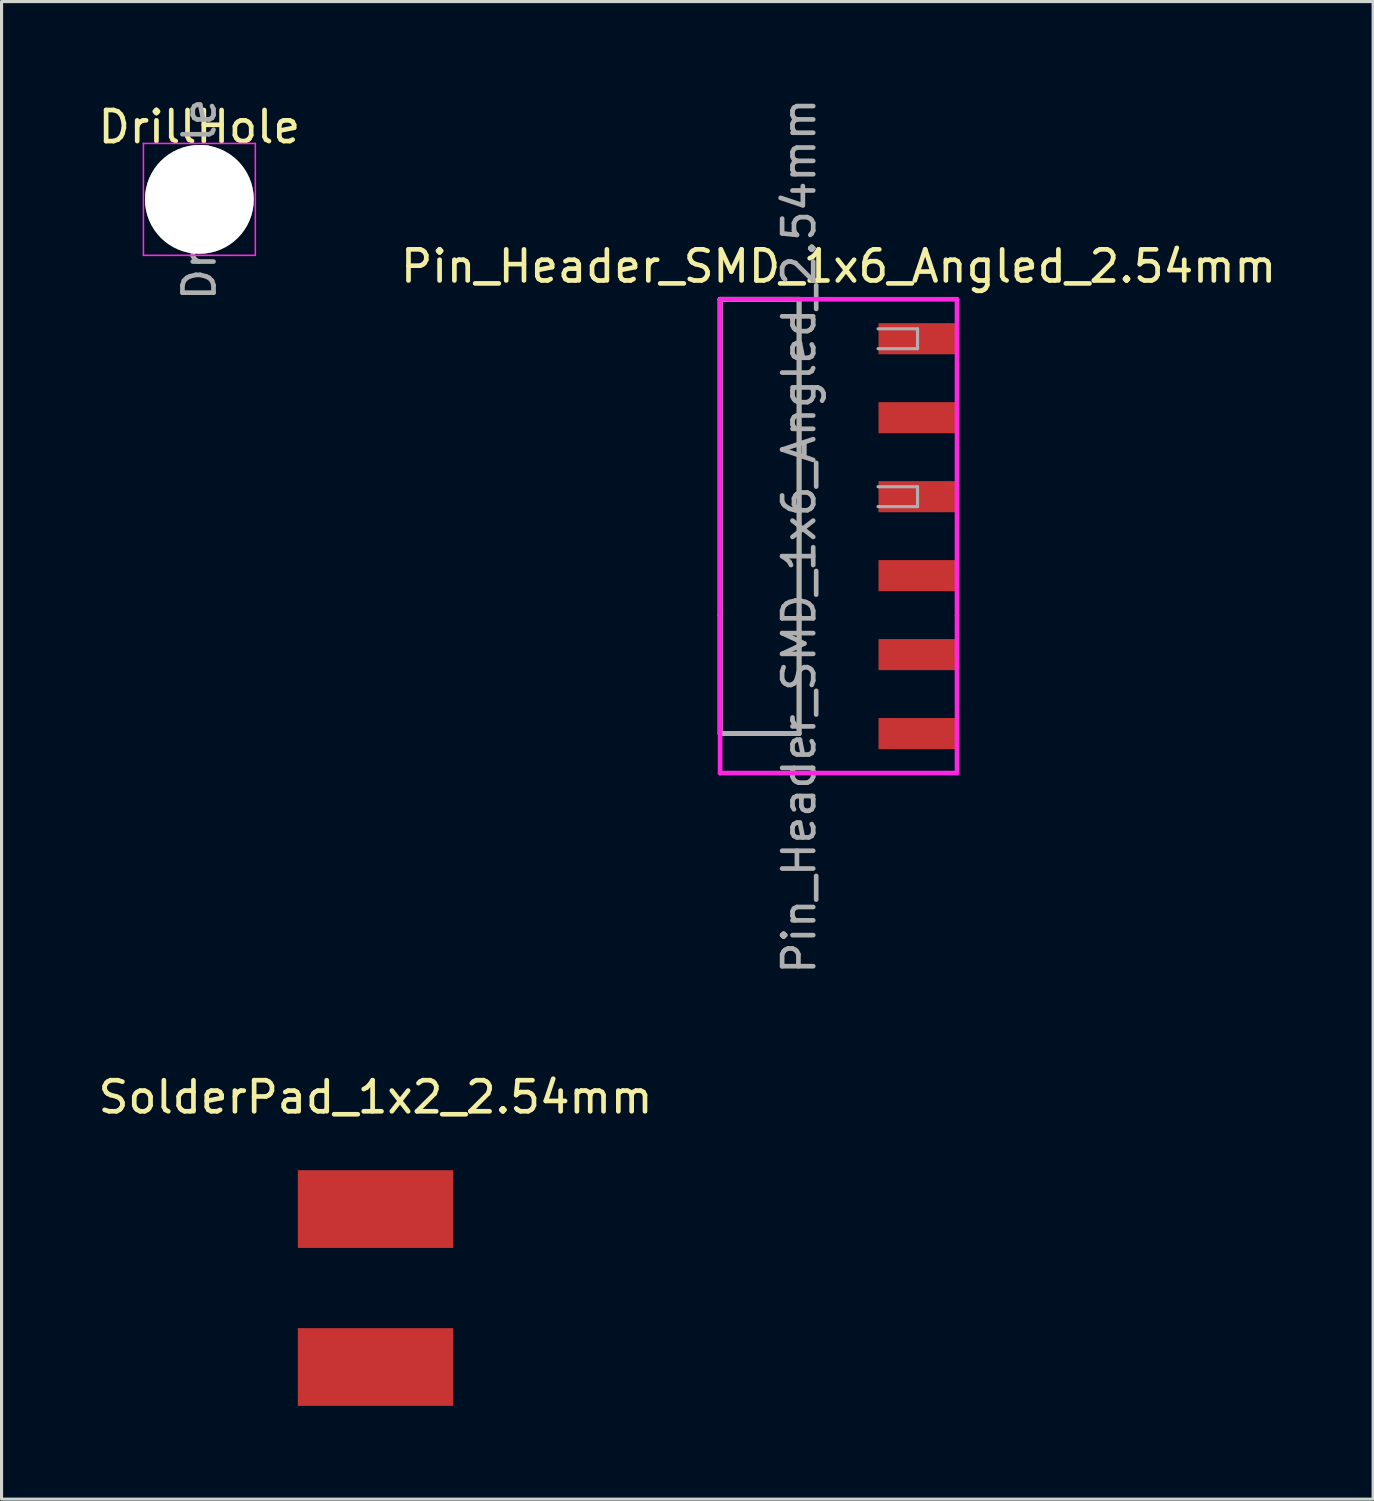
<source format=kicad_pcb>
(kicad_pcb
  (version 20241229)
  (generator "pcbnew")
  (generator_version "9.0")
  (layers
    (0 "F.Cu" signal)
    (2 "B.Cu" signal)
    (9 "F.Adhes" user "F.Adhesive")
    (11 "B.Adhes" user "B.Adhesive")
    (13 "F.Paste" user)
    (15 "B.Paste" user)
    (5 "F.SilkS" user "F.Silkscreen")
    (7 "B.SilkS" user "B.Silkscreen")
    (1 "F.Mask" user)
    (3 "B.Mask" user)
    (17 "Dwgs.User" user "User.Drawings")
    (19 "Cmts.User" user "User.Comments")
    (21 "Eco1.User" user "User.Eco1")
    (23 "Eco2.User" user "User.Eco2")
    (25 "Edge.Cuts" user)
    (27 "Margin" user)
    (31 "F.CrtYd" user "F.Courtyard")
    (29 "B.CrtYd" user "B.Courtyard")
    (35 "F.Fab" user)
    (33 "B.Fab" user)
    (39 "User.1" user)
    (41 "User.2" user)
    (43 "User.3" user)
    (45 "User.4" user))
  (footprint "DrillHole"
    (layer "F.Cu")
    (at 3.363 3.363)
    (property "Reference" "DrillHole" (at 0 -2.33 0) (layer "F.SilkS") (effects (font (size 1 1) (thickness 0.15))))
    (attr through_hole)
    (fp_line (start -1.8 -1.8) (end -1.8 1.8) (stroke (width 0.05) (type solid)) (layer "F.CrtYd"))
    (fp_line (start -1.8 1.8) (end 1.8 1.8) (stroke (width 0.05) (type solid)) (layer "F.CrtYd"))
    (fp_line (start 1.8 -1.8) (end -1.8 -1.8) (stroke (width 0.05) (type solid)) (layer "F.CrtYd"))
    (fp_line (start 1.8 1.8) (end 1.8 -1.8) (stroke (width 0.05) (type solid)) (layer "F.CrtYd"))
    (fp_text user "${REFERENCE}" (at 0 0 90) (layer "F.Fab") (effects (font (size 1 1) (thickness 0.15))))
    (pad "1" thru_hole circle (at 0 0) (size 3.5 3.5) (drill 3.5) (layers "*.Cu" "*.Mask")))
  (footprint "SolderPad_1x2_2.54mm"
    (layer "F.Cu")
    (at 9.03 38.381)
    (property "Reference" "SolderPad_1x2_2.54mm" (at 0 -6.14 0) (layer "F.SilkS") (effects (font (size 1 1) (thickness 0.15))))
    (attr smd)
    (pad "1" smd rect (at 0 -2.54) (size 5 2.5) (layers "F.Cu" "F.Mask" "F.Paste"))
    (pad "2" smd rect (at 0 2.54) (size 5 2.5) (layers "F.Cu" "F.Mask" "F.Paste")))
  (footprint "Pin_Header_SMD_1x6_Angled_2.54mm"
    (layer "F.Cu")
    (at 23.923 11.656)
    (property "Reference" "Pin_Header_SMD_1x6_Angled_2.54mm" (at 0 -6.14 0) (layer "F.SilkS") (effects (font (size 1 1) (thickness 0.15))))
    (attr smd)
    (fp_line (start -3.81 -5.08) (end -3.81 5.08) (stroke (width 0.15) (type solid)) (layer "F.SilkS"))
    (fp_line (start -3.81 5.08) (end -3.81 8.89) (stroke (width 0.15) (type solid)) (layer "F.SilkS"))
    (fp_line (start -3.81 8.89) (end -1.27 8.89) (stroke (width 0.15) (type solid)) (layer "F.SilkS"))
    (fp_line (start -1.27 -5.08) (end -3.81 -5.08) (stroke (width 0.15) (type solid)) (layer "F.SilkS"))
    (fp_line (start -1.27 5.08) (end -1.27 -5.08) (stroke (width 0.15) (type solid)) (layer "F.SilkS"))
    (fp_line (start -1.27 8.89) (end -1.27 5.08) (stroke (width 0.15) (type solid)) (layer "F.SilkS"))
    (fp_line (start -3.81 -5.08) (end 3.81 -5.08) (stroke (width 0.15) (type solid)) (layer "F.CrtYd"))
    (fp_line (start -3.81 5.08) (end -3.81 -5.08) (stroke (width 0.15) (type solid)) (layer "F.CrtYd"))
    (fp_line (start -3.81 10.16) (end -3.81 5.08) (stroke (width 0.15) (type solid)) (layer "F.CrtYd"))
    (fp_line (start 3.81 -5.08) (end 3.81 5.08) (stroke (width 0.15) (type solid)) (layer "F.CrtYd"))
    (fp_line (start 3.81 5.08) (end 3.81 10.16) (stroke (width 0.15) (type solid)) (layer "F.CrtYd"))
    (fp_line (start 3.81 10.16) (end -3.81 10.16) (stroke (width 0.15) (type solid)) (layer "F.CrtYd"))
    (fp_line (start -3.81 -5.08) (end -3.81 5.08) (stroke (width 0.15) (type solid)) (layer "F.Fab"))
    (fp_line (start -3.81 5.08) (end -3.81 8.89) (stroke (width 0.15) (type solid)) (layer "F.Fab"))
    (fp_line (start -3.81 8.89) (end -1.27 8.89) (stroke (width 0.15) (type solid)) (layer "F.Fab"))
    (fp_line (start -1.27 -5.08) (end -3.81 -5.08) (stroke (width 0.15) (type solid)) (layer "F.Fab"))
    (fp_line (start -1.27 5.08) (end -1.27 -5.08) (stroke (width 0.15) (type solid)) (layer "F.Fab"))
    (fp_line (start -1.27 8.89) (end -1.27 5.08) (stroke (width 0.15) (type solid)) (layer "F.Fab"))
    (fp_line (start 1.27 -4.13) (end 2.54 -4.13) (stroke (width 0.1) (type solid)) (layer "F.Fab"))
    (fp_line (start 1.27 0.95) (end 2.54 0.95) (stroke (width 0.1) (type solid)) (layer "F.Fab"))
    (fp_line (start 2.54 -4.13) (end 2.54 -3.49) (stroke (width 0.1) (type solid)) (layer "F.Fab"))
    (fp_line (start 2.54 -3.49) (end 1.27 -3.49) (stroke (width 0.1) (type solid)) (layer "F.Fab"))
    (fp_line (start 2.54 0.95) (end 2.54 1.59) (stroke (width 0.1) (type solid)) (layer "F.Fab"))
    (fp_line (start 2.54 1.59) (end 1.27 1.59) (stroke (width 0.1) (type solid)) (layer "F.Fab"))
    (fp_text user "${REFERENCE}" (at -1.27 2.54 90) (layer "F.Fab") (effects (font (size 1 1) (thickness 0.15))))
    (pad "1" smd rect (at 2.54 -3.81) (size 2.51 1) (layers "F.Cu" "F.Mask" "F.Paste"))
    (pad "2" smd rect (at 2.54 -1.27) (size 2.51 1) (layers "F.Cu" "F.Mask" "F.Paste"))
    (pad "3" smd rect (at 2.54 1.27) (size 2.51 1) (layers "F.Cu" "F.Mask" "F.Paste"))
    (pad "4" smd rect (at 2.54 3.81) (size 2.51 1) (layers "F.Cu" "F.Mask" "F.Paste"))
    (pad "5" smd rect (at 2.54 6.35) (size 2.51 1) (layers "F.Cu" "F.Mask" "F.Paste"))
    (pad "6" smd rect (at 2.54 8.89) (size 2.51 1) (layers "F.Cu" "F.Mask" "F.Paste")))
  (gr_rect
    (start -3 -3)
    (end 41.119 45.171)
    (stroke (width 0.1) (type default))
    (fill no)
    (layer "Edge.Cuts")))
</source>
